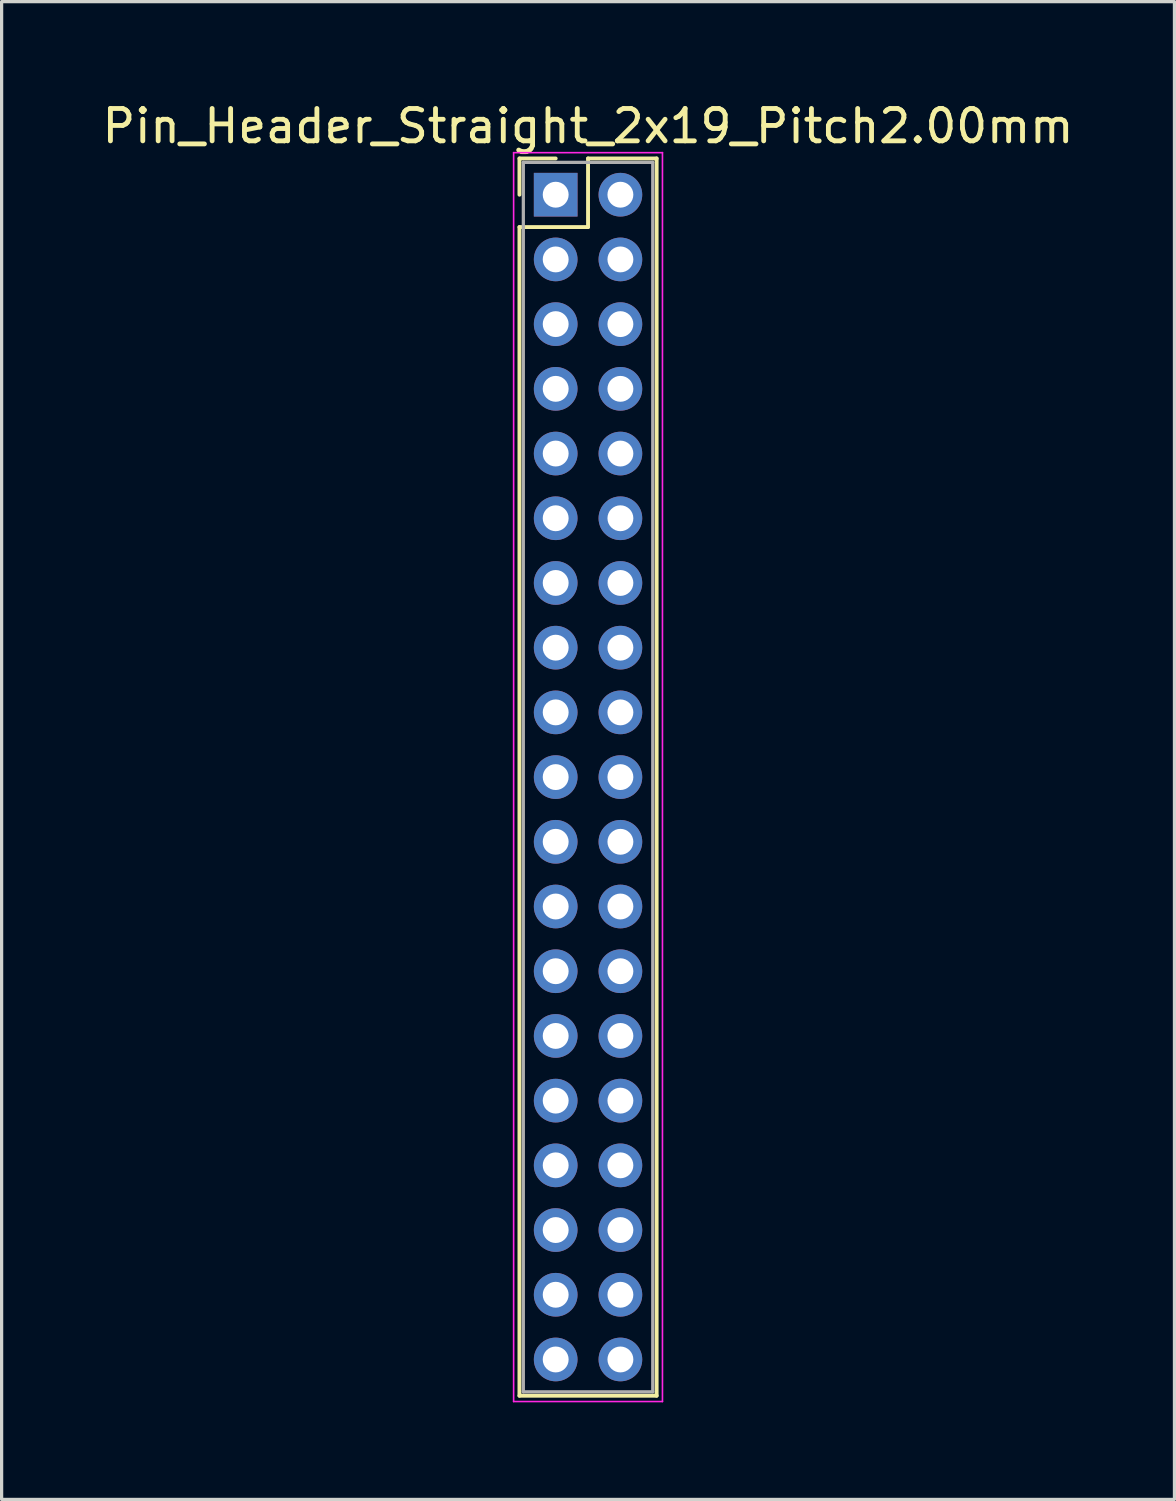
<source format=kicad_pcb>
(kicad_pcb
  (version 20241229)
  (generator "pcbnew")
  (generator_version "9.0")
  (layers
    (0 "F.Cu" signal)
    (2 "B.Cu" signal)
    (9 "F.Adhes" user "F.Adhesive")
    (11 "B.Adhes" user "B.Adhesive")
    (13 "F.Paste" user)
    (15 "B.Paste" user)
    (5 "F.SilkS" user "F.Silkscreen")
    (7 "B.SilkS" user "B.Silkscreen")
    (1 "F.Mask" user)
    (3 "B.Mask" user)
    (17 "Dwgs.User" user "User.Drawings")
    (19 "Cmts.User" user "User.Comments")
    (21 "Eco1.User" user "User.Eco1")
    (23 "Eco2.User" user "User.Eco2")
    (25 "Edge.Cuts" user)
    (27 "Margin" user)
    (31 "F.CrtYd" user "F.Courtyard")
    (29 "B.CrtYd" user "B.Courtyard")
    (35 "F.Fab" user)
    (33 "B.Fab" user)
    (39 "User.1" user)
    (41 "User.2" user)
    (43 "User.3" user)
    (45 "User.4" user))
  (footprint "Pin_Header_Straight_2x19_Pitch2.00mm"
    (layer "F.Cu")
    (at 14.125 2.968)
    (property "Reference" "Pin_Header_Straight_2x19_Pitch2.00mm" (at 1 -2.12 0) (layer "F.SilkS") (effects (font (size 1 1) (thickness 0.15))))
    (attr through_hole)
    (fp_line (start -1.12 -1.12) (end 0 -1.12) (stroke (width 0.12) (type solid)) (layer "F.SilkS"))
    (fp_line (start -1.12 0) (end -1.12 -1.12) (stroke (width 0.12) (type solid)) (layer "F.SilkS"))
    (fp_line (start -1.12 1) (end -1.12 37.12) (stroke (width 0.12) (type solid)) (layer "F.SilkS"))
    (fp_line (start -1.12 37.12) (end 3.12 37.12) (stroke (width 0.12) (type solid)) (layer "F.SilkS"))
    (fp_line (start 1 -1.12) (end 1 1) (stroke (width 0.12) (type solid)) (layer "F.SilkS"))
    (fp_line (start 1 1) (end -1.12 1) (stroke (width 0.12) (type solid)) (layer "F.SilkS"))
    (fp_line (start 3.12 -1.12) (end 1 -1.12) (stroke (width 0.12) (type solid)) (layer "F.SilkS"))
    (fp_line (start 3.12 37.12) (end 3.12 -1.12) (stroke (width 0.12) (type solid)) (layer "F.SilkS"))
    (fp_line (start -1.3 -1.3) (end -1.3 37.3) (stroke (width 0.05) (type solid)) (layer "F.CrtYd"))
    (fp_line (start -1.3 37.3) (end 3.3 37.3) (stroke (width 0.05) (type solid)) (layer "F.CrtYd"))
    (fp_line (start 3.3 -1.3) (end -1.3 -1.3) (stroke (width 0.05) (type solid)) (layer "F.CrtYd"))
    (fp_line (start 3.3 37.3) (end 3.3 -1.3) (stroke (width 0.05) (type solid)) (layer "F.CrtYd"))
    (fp_line (start -1 -1) (end -1 37) (stroke (width 0.1) (type solid)) (layer "F.Fab"))
    (fp_line (start -1 37) (end 3 37) (stroke (width 0.1) (type solid)) (layer "F.Fab"))
    (fp_line (start 3 -1) (end -1 -1) (stroke (width 0.1) (type solid)) (layer "F.Fab"))
    (fp_line (start 3 37) (end 3 -1) (stroke (width 0.1) (type solid)) (layer "F.Fab"))
    (pad "1" thru_hole rect (at 0 0) (size 1.35 1.35) (drill 0.8) (layers "*.Cu" "*.Mask"))
    (pad "2" thru_hole oval (at 2 0) (size 1.35 1.35) (drill 0.8) (layers "*.Cu" "*.Mask"))
    (pad "3" thru_hole oval (at 0 2) (size 1.35 1.35) (drill 0.8) (layers "*.Cu" "*.Mask"))
    (pad "4" thru_hole oval (at 2 2) (size 1.35 1.35) (drill 0.8) (layers "*.Cu" "*.Mask"))
    (pad "5" thru_hole oval (at 0 4) (size 1.35 1.35) (drill 0.8) (layers "*.Cu" "*.Mask"))
    (pad "6" thru_hole oval (at 2 4) (size 1.35 1.35) (drill 0.8) (layers "*.Cu" "*.Mask"))
    (pad "7" thru_hole oval (at 0 6) (size 1.35 1.35) (drill 0.8) (layers "*.Cu" "*.Mask"))
    (pad "8" thru_hole oval (at 2 6) (size 1.35 1.35) (drill 0.8) (layers "*.Cu" "*.Mask"))
    (pad "9" thru_hole oval (at 0 8) (size 1.35 1.35) (drill 0.8) (layers "*.Cu" "*.Mask"))
    (pad "10" thru_hole oval (at 2 8) (size 1.35 1.35) (drill 0.8) (layers "*.Cu" "*.Mask"))
    (pad "11" thru_hole oval (at 0 10) (size 1.35 1.35) (drill 0.8) (layers "*.Cu" "*.Mask"))
    (pad "12" thru_hole oval (at 2 10) (size 1.35 1.35) (drill 0.8) (layers "*.Cu" "*.Mask"))
    (pad "13" thru_hole oval (at 0 12) (size 1.35 1.35) (drill 0.8) (layers "*.Cu" "*.Mask"))
    (pad "14" thru_hole oval (at 2 12) (size 1.35 1.35) (drill 0.8) (layers "*.Cu" "*.Mask"))
    (pad "15" thru_hole oval (at 0 14) (size 1.35 1.35) (drill 0.8) (layers "*.Cu" "*.Mask"))
    (pad "16" thru_hole oval (at 2 14) (size 1.35 1.35) (drill 0.8) (layers "*.Cu" "*.Mask"))
    (pad "17" thru_hole oval (at 0 16) (size 1.35 1.35) (drill 0.8) (layers "*.Cu" "*.Mask"))
    (pad "18" thru_hole oval (at 2 16) (size 1.35 1.35) (drill 0.8) (layers "*.Cu" "*.Mask"))
    (pad "19" thru_hole oval (at 0 18) (size 1.35 1.35) (drill 0.8) (layers "*.Cu" "*.Mask"))
    (pad "20" thru_hole oval (at 2 18) (size 1.35 1.35) (drill 0.8) (layers "*.Cu" "*.Mask"))
    (pad "21" thru_hole oval (at 0 20) (size 1.35 1.35) (drill 0.8) (layers "*.Cu" "*.Mask"))
    (pad "22" thru_hole oval (at 2 20) (size 1.35 1.35) (drill 0.8) (layers "*.Cu" "*.Mask"))
    (pad "23" thru_hole oval (at 0 22) (size 1.35 1.35) (drill 0.8) (layers "*.Cu" "*.Mask"))
    (pad "24" thru_hole oval (at 2 22) (size 1.35 1.35) (drill 0.8) (layers "*.Cu" "*.Mask"))
    (pad "25" thru_hole oval (at 0 24) (size 1.35 1.35) (drill 0.8) (layers "*.Cu" "*.Mask"))
    (pad "26" thru_hole oval (at 2 24) (size 1.35 1.35) (drill 0.8) (layers "*.Cu" "*.Mask"))
    (pad "27" thru_hole oval (at 0 26) (size 1.35 1.35) (drill 0.8) (layers "*.Cu" "*.Mask"))
    (pad "28" thru_hole oval (at 2 26) (size 1.35 1.35) (drill 0.8) (layers "*.Cu" "*.Mask"))
    (pad "29" thru_hole oval (at 0 28) (size 1.35 1.35) (drill 0.8) (layers "*.Cu" "*.Mask"))
    (pad "30" thru_hole oval (at 2 28) (size 1.35 1.35) (drill 0.8) (layers "*.Cu" "*.Mask"))
    (pad "31" thru_hole oval (at 0 30) (size 1.35 1.35) (drill 0.8) (layers "*.Cu" "*.Mask"))
    (pad "32" thru_hole oval (at 2 30) (size 1.35 1.35) (drill 0.8) (layers "*.Cu" "*.Mask"))
    (pad "33" thru_hole oval (at 0 32) (size 1.35 1.35) (drill 0.8) (layers "*.Cu" "*.Mask"))
    (pad "34" thru_hole oval (at 2 32) (size 1.35 1.35) (drill 0.8) (layers "*.Cu" "*.Mask"))
    (pad "35" thru_hole oval (at 0 34) (size 1.35 1.35) (drill 0.8) (layers "*.Cu" "*.Mask"))
    (pad "36" thru_hole oval (at 2 34) (size 1.35 1.35) (drill 0.8) (layers "*.Cu" "*.Mask"))
    (pad "37" thru_hole oval (at 0 36) (size 1.35 1.35) (drill 0.8) (layers "*.Cu" "*.Mask"))
    (pad "38" thru_hole oval (at 2 36) (size 1.35 1.35) (drill 0.8) (layers "*.Cu" "*.Mask")))
  (gr_rect
    (start -3 -3)
    (end 33.25 43.293)
    (stroke (width 0.1) (type default))
    (fill no)
    (layer "Edge.Cuts")))
</source>
